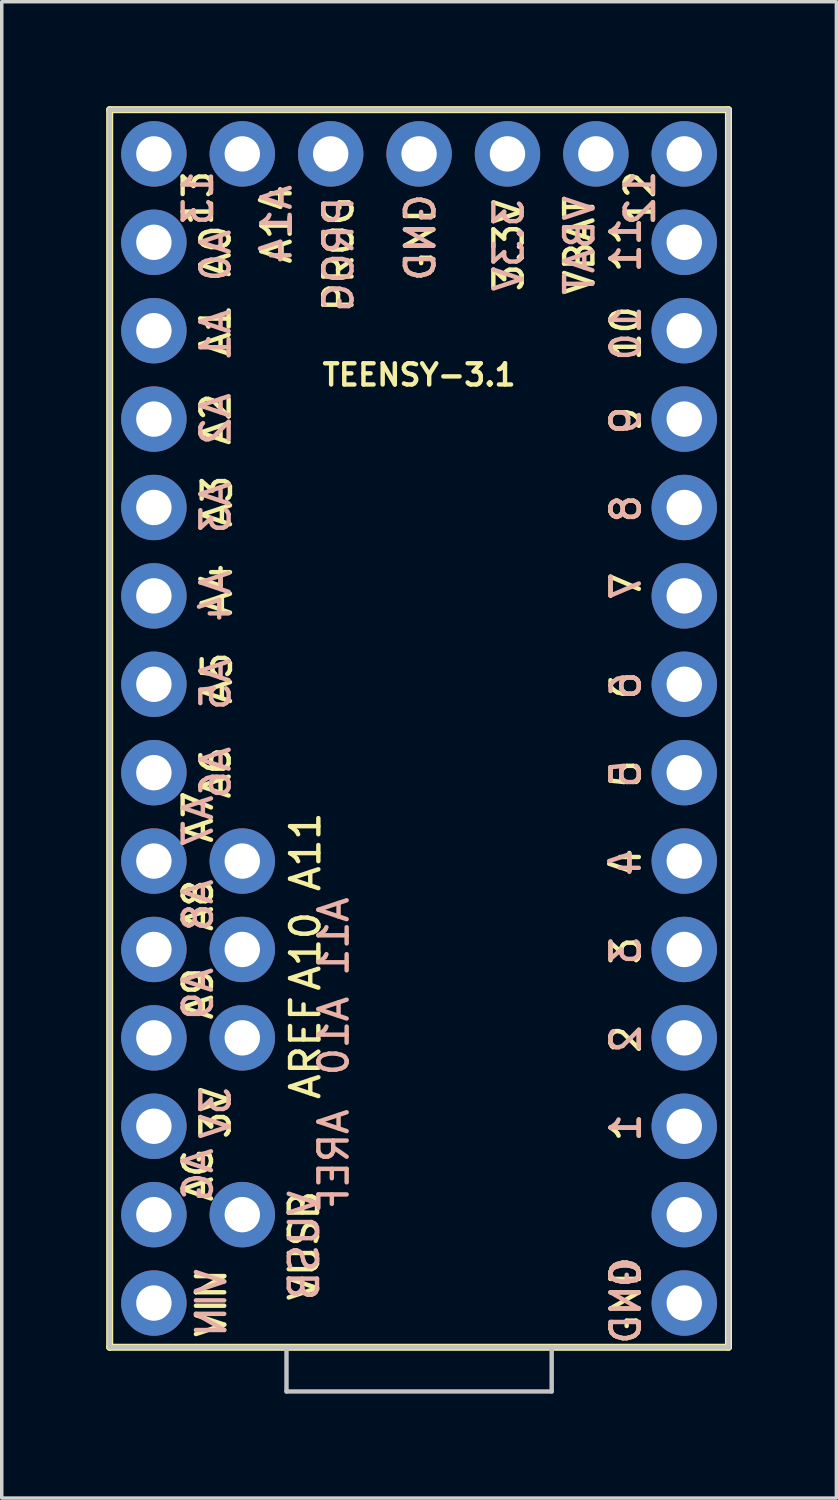
<source format=kicad_pcb>
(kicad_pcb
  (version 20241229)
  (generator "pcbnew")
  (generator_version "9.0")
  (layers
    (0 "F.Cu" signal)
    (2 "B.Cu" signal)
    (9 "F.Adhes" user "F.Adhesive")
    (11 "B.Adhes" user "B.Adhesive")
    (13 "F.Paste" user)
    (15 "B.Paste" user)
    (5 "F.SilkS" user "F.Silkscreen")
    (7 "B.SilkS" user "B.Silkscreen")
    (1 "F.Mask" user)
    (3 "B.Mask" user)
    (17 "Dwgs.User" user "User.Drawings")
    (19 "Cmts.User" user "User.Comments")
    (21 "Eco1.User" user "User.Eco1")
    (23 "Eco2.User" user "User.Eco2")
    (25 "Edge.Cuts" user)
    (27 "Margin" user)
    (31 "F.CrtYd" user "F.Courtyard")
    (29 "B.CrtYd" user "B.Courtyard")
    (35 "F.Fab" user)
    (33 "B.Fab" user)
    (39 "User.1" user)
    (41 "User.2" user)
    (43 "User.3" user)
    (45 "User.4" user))
  (footprint "TEENSY-3.1"
    (layer "F.Cu")
    (at 8.992 17.882)
    (property "Reference" "TEENSY-3.1" (at 0 -10.16 0) (layer "F.SilkS") (effects (font (size 0.61 0.61) (thickness 0.127))))
    (attr exclude_from_pos_files exclude_from_bom)
    (fp_line (start -8.89 -17.78) (end 8.89 -17.78) (stroke (width 0.127) (type solid)) (layer "F.SilkS"))
    (fp_line (start -8.89 -17.78) (end 8.89 -17.78) (stroke (width 0.203) (type solid)) (layer "F.SilkS"))
    (fp_line (start -8.89 17.78) (end -8.89 -17.78) (stroke (width 0.127) (type solid)) (layer "F.SilkS"))
    (fp_line (start -8.89 17.78) (end -8.89 -17.78) (stroke (width 0.203) (type solid)) (layer "F.SilkS"))
    (fp_line (start 8.89 -17.78) (end 8.89 17.78) (stroke (width 0.127) (type solid)) (layer "F.SilkS"))
    (fp_line (start 8.89 -17.78) (end 8.89 17.78) (stroke (width 0.203) (type solid)) (layer "F.SilkS"))
    (fp_line (start 8.89 17.78) (end -8.89 17.78) (stroke (width 0.127) (type solid)) (layer "F.SilkS"))
    (fp_line (start 8.89 17.78) (end -8.89 17.78) (stroke (width 0.203) (type solid)) (layer "F.SilkS"))
    (fp_line (start -8.89 -17.78) (end 8.89 -17.78) (stroke (width 0.127) (type solid)) (layer "Dwgs.User"))
    (fp_line (start -8.89 17.78) (end -8.89 -17.78) (stroke (width 0.127) (type solid)) (layer "Dwgs.User"))
    (fp_line (start -3.81 17.78) (end -8.89 17.78) (stroke (width 0.127) (type solid)) (layer "Dwgs.User"))
    (fp_line (start -3.81 19.05) (end -3.81 17.78) (stroke (width 0.127) (type solid)) (layer "Dwgs.User"))
    (fp_line (start -3.81 19.05) (end 3.81 19.05) (stroke (width 0.127) (type solid)) (layer "Dwgs.User"))
    (fp_line (start 3.81 17.78) (end -3.81 17.78) (stroke (width 0.127) (type solid)) (layer "Dwgs.User"))
    (fp_line (start 3.81 19.05) (end 3.81 17.78) (stroke (width 0.127) (type solid)) (layer "Dwgs.User"))
    (fp_line (start 8.89 -17.78) (end 8.89 17.78) (stroke (width 0.127) (type solid)) (layer "Dwgs.User"))
    (fp_line (start 8.89 17.78) (end 3.81 17.78) (stroke (width 0.127) (type solid)) (layer "Dwgs.User"))
    (fp_text user "VUSB" (at -3.302 14.859 90) (layer "F.SilkS") (effects (font (size 0.813 0.813) (thickness 0.127))))
    (fp_text user "5" (at 5.944 1.306 90) (layer "F.SilkS") (effects (font (size 0.813 0.813) (thickness 0.127))))
    (fp_text user "A8" (at -6.35 5.08 90) (layer "F.SilkS") (effects (font (size 0.813 0.813) (thickness 0.127))))
    (fp_text user "A9" (at -6.35 7.62 90) (layer "F.SilkS") (effects (font (size 0.813 0.813) (thickness 0.127))))
    (fp_text user "A10" (at -3.264 6.401 90) (layer "F.SilkS") (effects (font (size 0.813 0.813) (thickness 0.127))))
    (fp_text user "3V" (at -5.842 11.049 90) (layer "F.SilkS") (effects (font (size 0.813 0.813) (thickness 0.127))))
    (fp_text user "GND" (at 5.944 16.434 90) (layer "F.SilkS") (effects (font (size 0.813 0.813) (thickness 0.127))))
    (fp_text user "7" (at 5.944 -4.089 90) (layer "F.SilkS") (effects (font (size 0.813 0.813) (thickness 0.127))))
    (fp_text user "A7" (at -6.35 2.54 90) (layer "F.SilkS") (effects (font (size 0.813 0.813) (thickness 0.127))))
    (fp_text user "9" (at 5.944 -8.852 90) (layer "F.SilkS") (effects (font (size 0.813 0.813) (thickness 0.127))))
    (fp_text user "13" (at -6.35 -15.24 90) (layer "F.SilkS") (effects (font (size 0.813 0.813) (thickness 0.127))))
    (fp_text user "8" (at 5.944 -6.312 90) (layer "F.SilkS") (effects (font (size 0.813 0.813) (thickness 0.127))))
    (fp_text user "A6" (at -5.842 1.27 90) (layer "F.SilkS") (effects (font (size 0.813 0.813) (thickness 0.127))))
    (fp_text user "GND" (at 0.038 -14.107 90) (layer "F.SilkS") (effects (font (size 0.813 0.813) (thickness 0.127))))
    (fp_text user "A4" (at -5.804 -3.988 90) (layer "F.SilkS") (effects (font (size 0.813 0.813) (thickness 0.127))))
    (fp_text user "4" (at 5.944 3.848 90) (layer "F.SilkS") (effects (font (size 0.813 0.813) (thickness 0.127))))
    (fp_text user "1" (at 5.944 11.468 90) (layer "F.SilkS") (effects (font (size 0.813 0.813) (thickness 0.127))))
    (fp_text user "A1" (at -5.842 -11.43 90) (layer "F.SilkS") (effects (font (size 0.813 0.813) (thickness 0.127))))
    (fp_text user "3.3V" (at 2.578 -13.881 90) (layer "F.SilkS") (effects (font (size 0.813 0.813) (thickness 0.127))))
    (fp_text user "AREF" (at -3.264 9.169 90) (layer "F.SilkS") (effects (font (size 0.813 0.813) (thickness 0.127))))
    (fp_text user "PROG" (at -2.311 -13.627 90) (layer "F.SilkS") (effects (font (size 0.813 0.813) (thickness 0.127))))
    (fp_text user "3" (at 5.944 6.388 90) (layer "F.SilkS") (effects (font (size 0.813 0.813) (thickness 0.127))))
    (fp_text user "0" (at 5.944 15.659 90) (layer "F.SilkS") (effects (font (size 0.813 0.813) (thickness 0.127))))
    (fp_text user "VIN" (at -5.969 16.51 90) (layer "F.SilkS") (effects (font (size 0.813 0.813) (thickness 0.127))))
    (fp_text user "VBAT" (at 4.61 -13.881 90) (layer "F.SilkS") (effects (font (size 0.813 0.813) (thickness 0.127))))
    (fp_text user "AG" (at -6.35 12.827 90) (layer "F.SilkS") (effects (font (size 0.813 0.813) (thickness 0.127))))
    (fp_text user "A3" (at -5.804 -6.528 90) (layer "F.SilkS") (effects (font (size 0.813 0.813) (thickness 0.127))))
    (fp_text user "A2" (at -5.842 -8.89 90) (layer "F.SilkS") (effects (font (size 0.813 0.813) (thickness 0.127))))
    (fp_text user "10" (at 5.944 -11.354 90) (layer "F.SilkS") (effects (font (size 0.813 0.813) (thickness 0.127))))
    (fp_text user "12" (at 6.35 -15.24 270) (layer "F.SilkS") (effects (font (size 0.813 0.813) (thickness 0.127))))
    (fp_text user "A0" (at -5.842 -13.716 90) (layer "F.SilkS") (effects (font (size 0.813 0.813) (thickness 0.127))))
    (fp_text user "6" (at 5.944 -1.232 90) (layer "F.SilkS") (effects (font (size 0.813 0.813) (thickness 0.127))))
    (fp_text user "2" (at 5.944 8.928 90) (layer "F.SilkS") (effects (font (size 0.813 0.813) (thickness 0.127))))
    (fp_text user "11" (at 5.944 -13.894 90) (layer "F.SilkS") (effects (font (size 0.813 0.813) (thickness 0.127))))
    (fp_text user "A14" (at -4.089 -14.488 90) (layer "F.SilkS") (effects (font (size 0.813 0.813) (thickness 0.127))))
    (fp_text user "A11" (at -3.264 3.543 90) (layer "F.SilkS") (effects (font (size 0.813 0.813) (thickness 0.127))))
    (fp_text user "A5" (at -5.804 -1.448 90) (layer "F.SilkS") (effects (font (size 0.813 0.813) (thickness 0.127))))
    (fp_text user "13" (at -6.35 -15.24 270) (layer "B.SilkS") (effects (font (size 0.813 0.813) (thickness 0.127)) (justify mirror)))
    (fp_text user "A10" (at -2.451 8.837 270) (layer "B.SilkS") (effects (font (size 0.813 0.813) (thickness 0.127)) (justify mirror)))
    (fp_text user "3.3V" (at 2.578 -13.881 90) (layer "B.SilkS") (effects (font (size 0.813 0.813) (thickness 0.127)) (justify mirror)))
    (fp_text user "A6" (at -5.842 1.27 270) (layer "B.SilkS") (effects (font (size 0.813 0.813) (thickness 0.127)) (justify mirror)))
    (fp_text user "3V" (at -5.842 11.049 270) (layer "B.SilkS") (effects (font (size 0.813 0.813) (thickness 0.127)) (justify mirror)))
    (fp_text user "A9" (at -6.35 7.62 270) (layer "B.SilkS") (effects (font (size 0.813 0.813) (thickness 0.127)) (justify mirror)))
    (fp_text user "9" (at 5.944 -8.852 90) (layer "B.SilkS") (effects (font (size 0.813 0.813) (thickness 0.127)) (justify mirror)))
    (fp_text user "3" (at 5.944 6.388 90) (layer "B.SilkS") (effects (font (size 0.813 0.813) (thickness 0.127)) (justify mirror)))
    (fp_text user "AREF" (at -2.451 12.421 270) (layer "B.SilkS") (effects (font (size 0.813 0.813) (thickness 0.127)) (justify mirror)))
    (fp_text user "GND" (at 5.944 16.434 90) (layer "B.SilkS") (effects (font (size 0.813 0.813) (thickness 0.127)) (justify mirror)))
    (fp_text user "A4" (at -5.842 -3.81 270) (layer "B.SilkS") (effects (font (size 0.813 0.813) (thickness 0.127)) (justify mirror)))
    (fp_text user "VBAT" (at 4.61 -13.881 90) (layer "B.SilkS") (effects (font (size 0.813 0.813) (thickness 0.127)) (justify mirror)))
    (fp_text user "A1" (at -5.842 -11.303 270) (layer "B.SilkS") (effects (font (size 0.813 0.813) (thickness 0.127)) (justify mirror)))
    (fp_text user "A3" (at -5.842 -6.35 270) (layer "B.SilkS") (effects (font (size 0.813 0.813) (thickness 0.127)) (justify mirror)))
    (fp_text user "4" (at 5.944 3.848 90) (layer "B.SilkS") (effects (font (size 0.813 0.813) (thickness 0.127)) (justify mirror)))
    (fp_text user "PROG" (at -2.311 -13.627 90) (layer "B.SilkS") (effects (font (size 0.813 0.813) (thickness 0.127)) (justify mirror)))
    (fp_text user "A11" (at -2.451 5.982 270) (layer "B.SilkS") (effects (font (size 0.813 0.813) (thickness 0.127)) (justify mirror)))
    (fp_text user "11" (at 5.944 -13.894 90) (layer "B.SilkS") (effects (font (size 0.813 0.813) (thickness 0.127)) (justify mirror)))
    (fp_text user "6" (at 5.944 -1.232 90) (layer "B.SilkS") (effects (font (size 0.813 0.813) (thickness 0.127)) (justify mirror)))
    (fp_text user "VUSB" (at -3.302 14.859 270) (layer "B.SilkS") (effects (font (size 0.813 0.813) (thickness 0.127)) (justify mirror)))
    (fp_text user "2" (at 5.944 8.928 90) (layer "B.SilkS") (effects (font (size 0.813 0.813) (thickness 0.127)) (justify mirror)))
    (fp_text user "10" (at 5.944 -11.354 90) (layer "B.SilkS") (effects (font (size 0.813 0.813) (thickness 0.127)) (justify mirror)))
    (fp_text user "8" (at 5.944 -6.312 90) (layer "B.SilkS") (effects (font (size 0.813 0.813) (thickness 0.127)) (justify mirror)))
    (fp_text user "12" (at 6.35 -15.24 90) (layer "B.SilkS") (effects (font (size 0.813 0.813) (thickness 0.127)) (justify mirror)))
    (fp_text user "5" (at 5.944 1.306 90) (layer "B.SilkS") (effects (font (size 0.813 0.813) (thickness 0.127)) (justify mirror)))
    (fp_text user "AG" (at -6.35 12.827 90) (layer "B.SilkS") (effects (font (size 0.813 0.813) (thickness 0.127)) (justify mirror)))
    (fp_text user "1" (at 5.944 11.468 90) (layer "B.SilkS") (effects (font (size 0.813 0.813) (thickness 0.127)) (justify mirror)))
    (fp_text user "A0" (at -5.842 -13.589 270) (layer "B.SilkS") (effects (font (size 0.813 0.813) (thickness 0.127)) (justify mirror)))
    (fp_text user "0" (at 5.944 15.659 90) (layer "B.SilkS") (effects (font (size 0.813 0.813) (thickness 0.127)) (justify mirror)))
    (fp_text user "A8" (at -6.35 5.08 270) (layer "B.SilkS") (effects (font (size 0.813 0.813) (thickness 0.127)) (justify mirror)))
    (fp_text user "7" (at 5.944 -4.089 90) (layer "B.SilkS") (effects (font (size 0.813 0.813) (thickness 0.127)) (justify mirror)))
    (fp_text user "A7" (at -6.35 2.667 270) (layer "B.SilkS") (effects (font (size 0.813 0.813) (thickness 0.127)) (justify mirror)))
    (fp_text user "A2" (at -5.842 -8.89 270) (layer "B.SilkS") (effects (font (size 0.813 0.813) (thickness 0.127)) (justify mirror)))
    (fp_text user "A14" (at -4.089 -14.488 90) (layer "B.SilkS") (effects (font (size 0.813 0.813) (thickness 0.127)) (justify mirror)))
    (fp_text user "A5" (at -5.842 -1.27 270) (layer "B.SilkS") (effects (font (size 0.813 0.813) (thickness 0.127)) (justify mirror)))
    (fp_text user "VIN" (at -5.969 16.51 270) (layer "B.SilkS") (effects (font (size 0.813 0.813) (thickness 0.127)) (justify mirror)))
    (fp_text user "GND" (at 0.038 -14.107 90) (layer "B.SilkS") (effects (font (size 0.813 0.813) (thickness 0.127)) (justify mirror)))
    (pad "0" thru_hole circle (at 7.62 13.97) (size 1.88 1.88) (drill 1.016) (layers "*.Cu" "*.Paste" "*.Mask"))
    (pad "1" thru_hole circle (at 7.62 11.43) (size 1.88 1.88) (drill 1.016) (layers "*.Cu" "*.Paste" "*.Mask"))
    (pad "2" thru_hole circle (at 7.62 8.89) (size 1.88 1.88) (drill 1.016) (layers "*.Cu" "*.Paste" "*.Mask"))
    (pad "3" thru_hole circle (at 7.62 6.35) (size 1.88 1.88) (drill 1.016) (layers "*.Cu" "*.Paste" "*.Mask"))
    (pad "3.3V" thru_hole circle (at 2.54 -16.51) (size 1.88 1.88) (drill 1.016) (layers "*.Cu" "*.Paste" "*.Mask"))
    (pad "3V" thru_hole circle (at -7.62 11.43) (size 1.88 1.88) (drill 1.016) (layers "*.Cu" "*.Paste" "*.Mask"))
    (pad "4" thru_hole circle (at 7.62 3.81) (size 1.88 1.88) (drill 1.016) (layers "*.Cu" "*.Paste" "*.Mask"))
    (pad "5" thru_hole circle (at 7.62 1.27) (size 1.88 1.88) (drill 1.016) (layers "*.Cu" "*.Paste" "*.Mask"))
    (pad "6" thru_hole circle (at 7.62 -1.27) (size 1.88 1.88) (drill 1.016) (layers "*.Cu" "*.Paste" "*.Mask"))
    (pad "7" thru_hole circle (at 7.62 -3.81) (size 1.88 1.88) (drill 1.016) (layers "*.Cu" "*.Paste" "*.Mask"))
    (pad "8" thru_hole circle (at 7.62 -6.35) (size 1.88 1.88) (drill 1.016) (layers "*.Cu" "*.Paste" "*.Mask"))
    (pad "9" thru_hole circle (at 7.62 -8.89) (size 1.88 1.88) (drill 1.016) (layers "*.Cu" "*.Paste" "*.Mask"))
    (pad "10" thru_hole circle (at 7.62 -11.43) (size 1.88 1.88) (drill 1.016) (layers "*.Cu" "*.Paste" "*.Mask"))
    (pad "11" thru_hole circle (at 7.62 -13.97) (size 1.88 1.88) (drill 1.016) (layers "*.Cu" "*.Paste" "*.Mask"))
    (pad "12" thru_hole circle (at 7.62 -16.51) (size 1.88 1.88) (drill 1.016) (layers "*.Cu" "*.Paste" "*.Mask"))
    (pad "13" thru_hole circle (at -7.62 -16.51) (size 1.88 1.88) (drill 1.016) (layers "*.Cu" "*.Paste" "*.Mask"))
    (pad "14" thru_hole circle (at -7.62 -13.97) (size 1.88 1.88) (drill 1.016) (layers "*.Cu" "*.Paste" "*.Mask"))
    (pad "15" thru_hole circle (at -7.62 -11.43) (size 1.88 1.88) (drill 1.016) (layers "*.Cu" "*.Paste" "*.Mask"))
    (pad "16" thru_hole circle (at -7.62 -8.89) (size 1.88 1.88) (drill 1.016) (layers "*.Cu" "*.Paste" "*.Mask"))
    (pad "17" thru_hole circle (at -7.62 -6.35) (size 1.88 1.88) (drill 1.016) (layers "*.Cu" "*.Paste" "*.Mask"))
    (pad "18" thru_hole circle (at -7.62 -3.81) (size 1.88 1.88) (drill 1.016) (layers "*.Cu" "*.Paste" "*.Mask"))
    (pad "19" thru_hole circle (at -7.62 -1.27) (size 1.88 1.88) (drill 1.016) (layers "*.Cu" "*.Paste" "*.Mask"))
    (pad "20" thru_hole circle (at -7.62 1.27) (size 1.88 1.88) (drill 1.016) (layers "*.Cu" "*.Paste" "*.Mask"))
    (pad "21" thru_hole circle (at -7.62 3.81) (size 1.88 1.88) (drill 1.016) (layers "*.Cu" "*.Paste" "*.Mask"))
    (pad "22" thru_hole circle (at -7.62 6.35) (size 1.88 1.88) (drill 1.016) (layers "*.Cu" "*.Paste" "*.Mask"))
    (pad "23" thru_hole circle (at -7.62 8.89) (size 1.88 1.88) (drill 1.016) (layers "*.Cu" "*.Paste" "*.Mask"))
    (pad "A10" thru_hole circle (at -5.08 6.35) (size 1.88 1.88) (drill 1.016) (layers "*.Cu" "*.Paste" "*.Mask"))
    (pad "A11" thru_hole circle (at -5.08 3.81) (size 1.88 1.88) (drill 1.016) (layers "*.Cu" "*.Paste" "*.Mask"))
    (pad "A14/" thru_hole circle (at -5.08 -16.51) (size 1.88 1.88) (drill 1.016) (layers "*.Cu" "*.Paste" "*.Mask"))
    (pad "AGND" thru_hole circle (at -7.62 13.97) (size 1.88 1.88) (drill 1.016) (layers "*.Cu" "*.Paste" "*.Mask"))
    (pad "AREF" thru_hole circle (at -5.08 8.89) (size 1.88 1.88) (drill 1.016) (layers "*.Cu" "*.Paste" "*.Mask"))
    (pad "GND" thru_hole circle (at 0 -16.51) (size 1.88 1.88) (drill 1.016) (layers "*.Cu" "*.Paste" "*.Mask"))
    (pad "GND1" thru_hole circle (at 7.62 16.51) (size 1.88 1.88) (drill 1.016) (layers "*.Cu" "*.Paste" "*.Mask"))
    (pad "PROG" thru_hole circle (at -2.54 -16.51) (size 1.88 1.88) (drill 1.016) (layers "*.Cu" "*.Paste" "*.Mask"))
    (pad "VBAT" thru_hole circle (at 5.08 -16.51) (size 1.88 1.88) (drill 1.016) (layers "*.Cu" "*.Paste" "*.Mask"))
    (pad "VIN" thru_hole circle (at -7.62 16.51) (size 1.88 1.88) (drill 1.016) (layers "*.Cu" "*.Paste" "*.Mask"))
    (pad "VUSB" thru_hole circle (at -5.08 13.97) (size 1.88 1.88) (drill 1.016) (layers "*.Cu" "*.Paste" "*.Mask")))
  (gr_rect
    (start -3 -3)
    (end 20.983 39.995)
    (stroke (width 0.1) (type default))
    (fill no)
    (layer "Edge.Cuts")))
</source>
